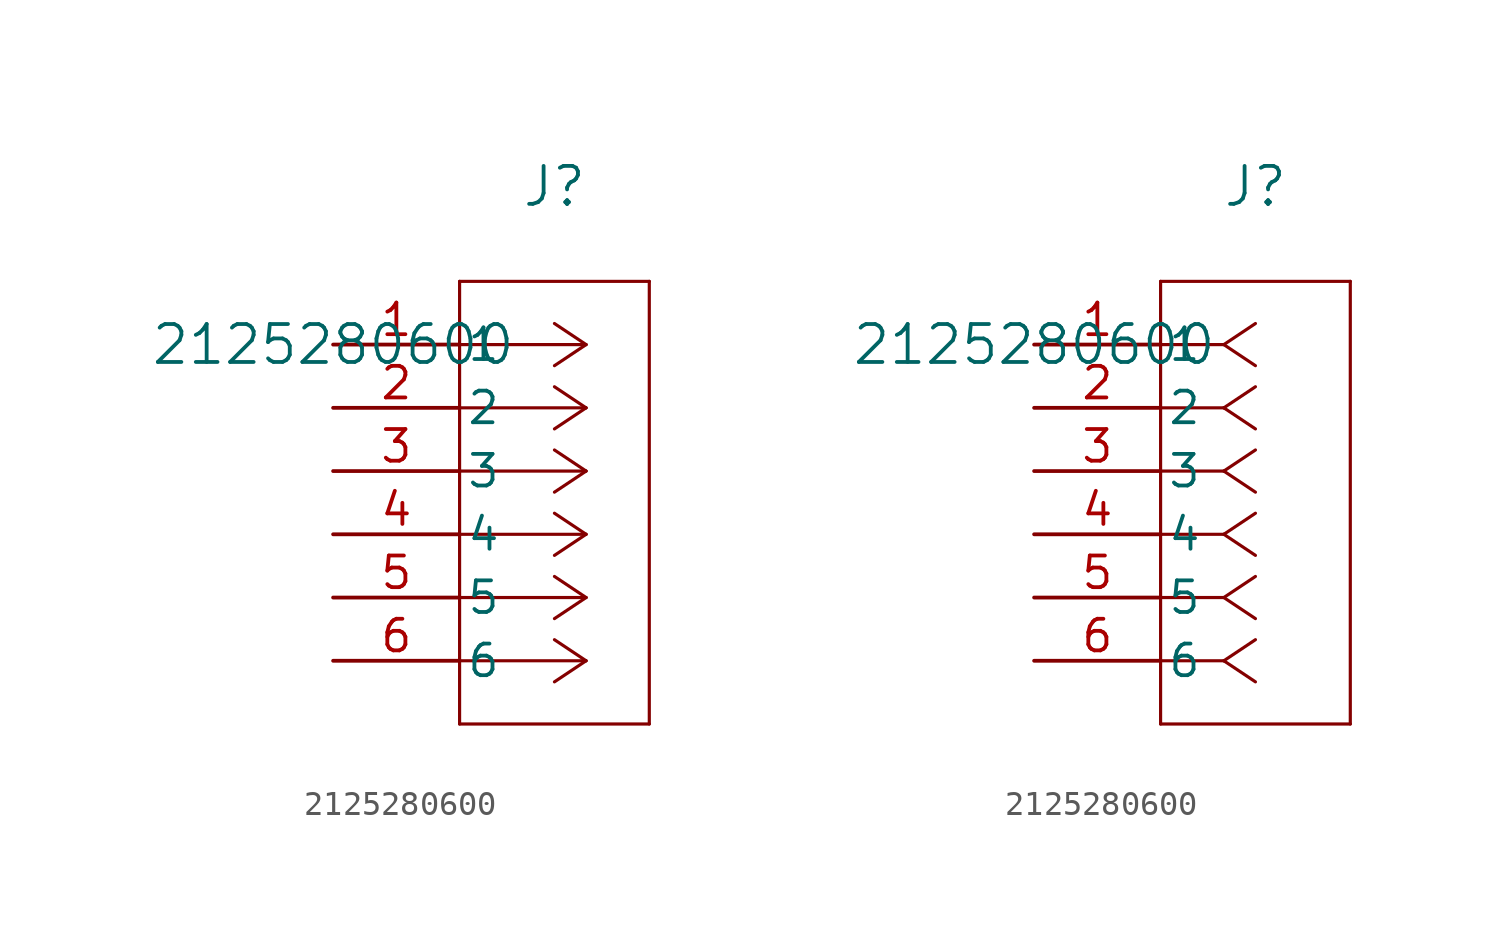
<source format=kicad_sym>
(kicad_symbol_lib
  (version 20211014)
  (generator kicad_symbol_editor)
  (symbol "2125280600"
    (pin_names
      (offset 0.254))
    (property "Reference" "J"
      (at 8.89 6.35 0)
      (effects (font (size 1.524 1.524))))
    (property "Value" "2125280600"
      (at 0 0 0)
      (effects (font (size 1.524 1.524))))
    (symbol "2125280600_1_1"
      (polyline (pts (xy 10.16 0) (xy 5.08 0)) (stroke (width 0.127) (type default) (color 0 0 0 0)) (fill (type none)))
      (polyline (pts (xy 10.16 -2.54) (xy 5.08 -2.54)) (stroke (width 0.127) (type default) (color 0 0 0 0)) (fill (type none)))
      (polyline (pts (xy 10.16 -5.08) (xy 5.08 -5.08)) (stroke (width 0.127) (type default) (color 0 0 0 0)) (fill (type none)))
      (polyline (pts (xy 10.16 -7.62) (xy 5.08 -7.62)) (stroke (width 0.127) (type default) (color 0 0 0 0)) (fill (type none)))
      (polyline (pts (xy 10.16 -10.16) (xy 5.08 -10.16)) (stroke (width 0.127) (type default) (color 0 0 0 0)) (fill (type none)))
      (polyline (pts (xy 10.16 -12.7) (xy 5.08 -12.7)) (stroke (width 0.127) (type default) (color 0 0 0 0)) (fill (type none)))
      (polyline (pts (xy 10.16 0) (xy 8.89 0.847)) (stroke (width 0.127) (type default) (color 0 0 0 0)) (fill (type none)))
      (polyline (pts (xy 10.16 -2.54) (xy 8.89 -1.693)) (stroke (width 0.127) (type default) (color 0 0 0 0)) (fill (type none)))
      (polyline (pts (xy 10.16 -5.08) (xy 8.89 -4.233)) (stroke (width 0.127) (type default) (color 0 0 0 0)) (fill (type none)))
      (polyline (pts (xy 10.16 -7.62) (xy 8.89 -6.773)) (stroke (width 0.127) (type default) (color 0 0 0 0)) (fill (type none)))
      (polyline (pts (xy 10.16 -10.16) (xy 8.89 -9.313)) (stroke (width 0.127) (type default) (color 0 0 0 0)) (fill (type none)))
      (polyline (pts (xy 10.16 -12.7) (xy 8.89 -11.853)) (stroke (width 0.127) (type default) (color 0 0 0 0)) (fill (type none)))
      (polyline (pts (xy 10.16 0) (xy 8.89 -0.847)) (stroke (width 0.127) (type default) (color 0 0 0 0)) (fill (type none)))
      (polyline (pts (xy 10.16 -2.54) (xy 8.89 -3.387)) (stroke (width 0.127) (type default) (color 0 0 0 0)) (fill (type none)))
      (polyline (pts (xy 10.16 -5.08) (xy 8.89 -5.927)) (stroke (width 0.127) (type default) (color 0 0 0 0)) (fill (type none)))
      (polyline (pts (xy 10.16 -7.62) (xy 8.89 -8.467)) (stroke (width 0.127) (type default) (color 0 0 0 0)) (fill (type none)))
      (polyline (pts (xy 10.16 -10.16) (xy 8.89 -11.007)) (stroke (width 0.127) (type default) (color 0 0 0 0)) (fill (type none)))
      (polyline (pts (xy 10.16 -12.7) (xy 8.89 -13.547)) (stroke (width 0.127) (type default) (color 0 0 0 0)) (fill (type none)))
      (polyline (pts (xy 5.08 2.54) (xy 5.08 -15.24)) (stroke (width 0.127) (type default) (color 0 0 0 0)) (fill (type none)))
      (polyline (pts (xy 5.08 -15.24) (xy 12.7 -15.24)) (stroke (width 0.127) (type default) (color 0 0 0 0)) (fill (type none)))
      (polyline (pts (xy 12.7 -15.24) (xy 12.7 2.54)) (stroke (width 0.127) (type default) (color 0 0 0 0)) (fill (type none)))
      (polyline (pts (xy 12.7 2.54) (xy 5.08 2.54)) (stroke (width 0.127) (type default) (color 0 0 0 0)) (fill (type none)))
      (pin unspecified line (at 0 0 0) (length 5.08) (name "1" (effects (font (size 1.27 1.27)))) (number "1" (effects (font (size 1.27 1.27)))))
      (pin unspecified line (at 0 -2.54 0) (length 5.08) (name "2" (effects (font (size 1.27 1.27)))) (number "2" (effects (font (size 1.27 1.27)))))
      (pin unspecified line (at 0 -5.08 0) (length 5.08) (name "3" (effects (font (size 1.27 1.27)))) (number "3" (effects (font (size 1.27 1.27)))))
      (pin unspecified line (at 0 -7.62 0) (length 5.08) (name "4" (effects (font (size 1.27 1.27)))) (number "4" (effects (font (size 1.27 1.27)))))
      (pin unspecified line (at 0 -10.16 0) (length 5.08) (name "5" (effects (font (size 1.27 1.27)))) (number "5" (effects (font (size 1.27 1.27)))))
      (pin unspecified line (at 0 -12.7 0) (length 5.08) (name "6" (effects (font (size 1.27 1.27)))) (number "6" (effects (font (size 1.27 1.27))))))
    (symbol "2125280600_1_2"
      (polyline (pts (xy 7.62 0) (xy 5.08 0)) (stroke (width 0.127) (type default) (color 0 0 0 0)) (fill (type none)))
      (polyline (pts (xy 7.62 -2.54) (xy 5.08 -2.54)) (stroke (width 0.127) (type default) (color 0 0 0 0)) (fill (type none)))
      (polyline (pts (xy 7.62 -5.08) (xy 5.08 -5.08)) (stroke (width 0.127) (type default) (color 0 0 0 0)) (fill (type none)))
      (polyline (pts (xy 7.62 -7.62) (xy 5.08 -7.62)) (stroke (width 0.127) (type default) (color 0 0 0 0)) (fill (type none)))
      (polyline (pts (xy 7.62 -10.16) (xy 5.08 -10.16)) (stroke (width 0.127) (type default) (color 0 0 0 0)) (fill (type none)))
      (polyline (pts (xy 7.62 -12.7) (xy 5.08 -12.7)) (stroke (width 0.127) (type default) (color 0 0 0 0)) (fill (type none)))
      (polyline (pts (xy 7.62 0) (xy 8.89 0.847)) (stroke (width 0.127) (type default) (color 0 0 0 0)) (fill (type none)))
      (polyline (pts (xy 7.62 -2.54) (xy 8.89 -1.693)) (stroke (width 0.127) (type default) (color 0 0 0 0)) (fill (type none)))
      (polyline (pts (xy 7.62 -5.08) (xy 8.89 -4.233)) (stroke (width 0.127) (type default) (color 0 0 0 0)) (fill (type none)))
      (polyline (pts (xy 7.62 -7.62) (xy 8.89 -6.773)) (stroke (width 0.127) (type default) (color 0 0 0 0)) (fill (type none)))
      (polyline (pts (xy 7.62 -10.16) (xy 8.89 -9.313)) (stroke (width 0.127) (type default) (color 0 0 0 0)) (fill (type none)))
      (polyline (pts (xy 7.62 -12.7) (xy 8.89 -11.853)) (stroke (width 0.127) (type default) (color 0 0 0 0)) (fill (type none)))
      (polyline (pts (xy 7.62 0) (xy 8.89 -0.847)) (stroke (width 0.127) (type default) (color 0 0 0 0)) (fill (type none)))
      (polyline (pts (xy 7.62 -2.54) (xy 8.89 -3.387)) (stroke (width 0.127) (type default) (color 0 0 0 0)) (fill (type none)))
      (polyline (pts (xy 7.62 -5.08) (xy 8.89 -5.927)) (stroke (width 0.127) (type default) (color 0 0 0 0)) (fill (type none)))
      (polyline (pts (xy 7.62 -7.62) (xy 8.89 -8.467)) (stroke (width 0.127) (type default) (color 0 0 0 0)) (fill (type none)))
      (polyline (pts (xy 7.62 -10.16) (xy 8.89 -11.007)) (stroke (width 0.127) (type default) (color 0 0 0 0)) (fill (type none)))
      (polyline (pts (xy 7.62 -12.7) (xy 8.89 -13.547)) (stroke (width 0.127) (type default) (color 0 0 0 0)) (fill (type none)))
      (polyline (pts (xy 5.08 2.54) (xy 5.08 -15.24)) (stroke (width 0.127) (type default) (color 0 0 0 0)) (fill (type none)))
      (polyline (pts (xy 5.08 -15.24) (xy 12.7 -15.24)) (stroke (width 0.127) (type default) (color 0 0 0 0)) (fill (type none)))
      (polyline (pts (xy 12.7 -15.24) (xy 12.7 2.54)) (stroke (width 0.127) (type default) (color 0 0 0 0)) (fill (type none)))
      (polyline (pts (xy 12.7 2.54) (xy 5.08 2.54)) (stroke (width 0.127) (type default) (color 0 0 0 0)) (fill (type none)))
      (pin unspecified line (at 0 0 0) (length 5.08) (name "1" (effects (font (size 1.27 1.27)))) (number "1" (effects (font (size 1.27 1.27)))))
      (pin unspecified line (at 0 -2.54 0) (length 5.08) (name "2" (effects (font (size 1.27 1.27)))) (number "2" (effects (font (size 1.27 1.27)))))
      (pin unspecified line (at 0 -5.08 0) (length 5.08) (name "3" (effects (font (size 1.27 1.27)))) (number "3" (effects (font (size 1.27 1.27)))))
      (pin unspecified line (at 0 -7.62 0) (length 5.08) (name "4" (effects (font (size 1.27 1.27)))) (number "4" (effects (font (size 1.27 1.27)))))
      (pin unspecified line (at 0 -10.16 0) (length 5.08) (name "5" (effects (font (size 1.27 1.27)))) (number "5" (effects (font (size 1.27 1.27)))))
      (pin unspecified line (at 0 -12.7 0) (length 5.08) (name "6" (effects (font (size 1.27 1.27)))) (number "6" (effects (font (size 1.27 1.27))))))))
</source>
